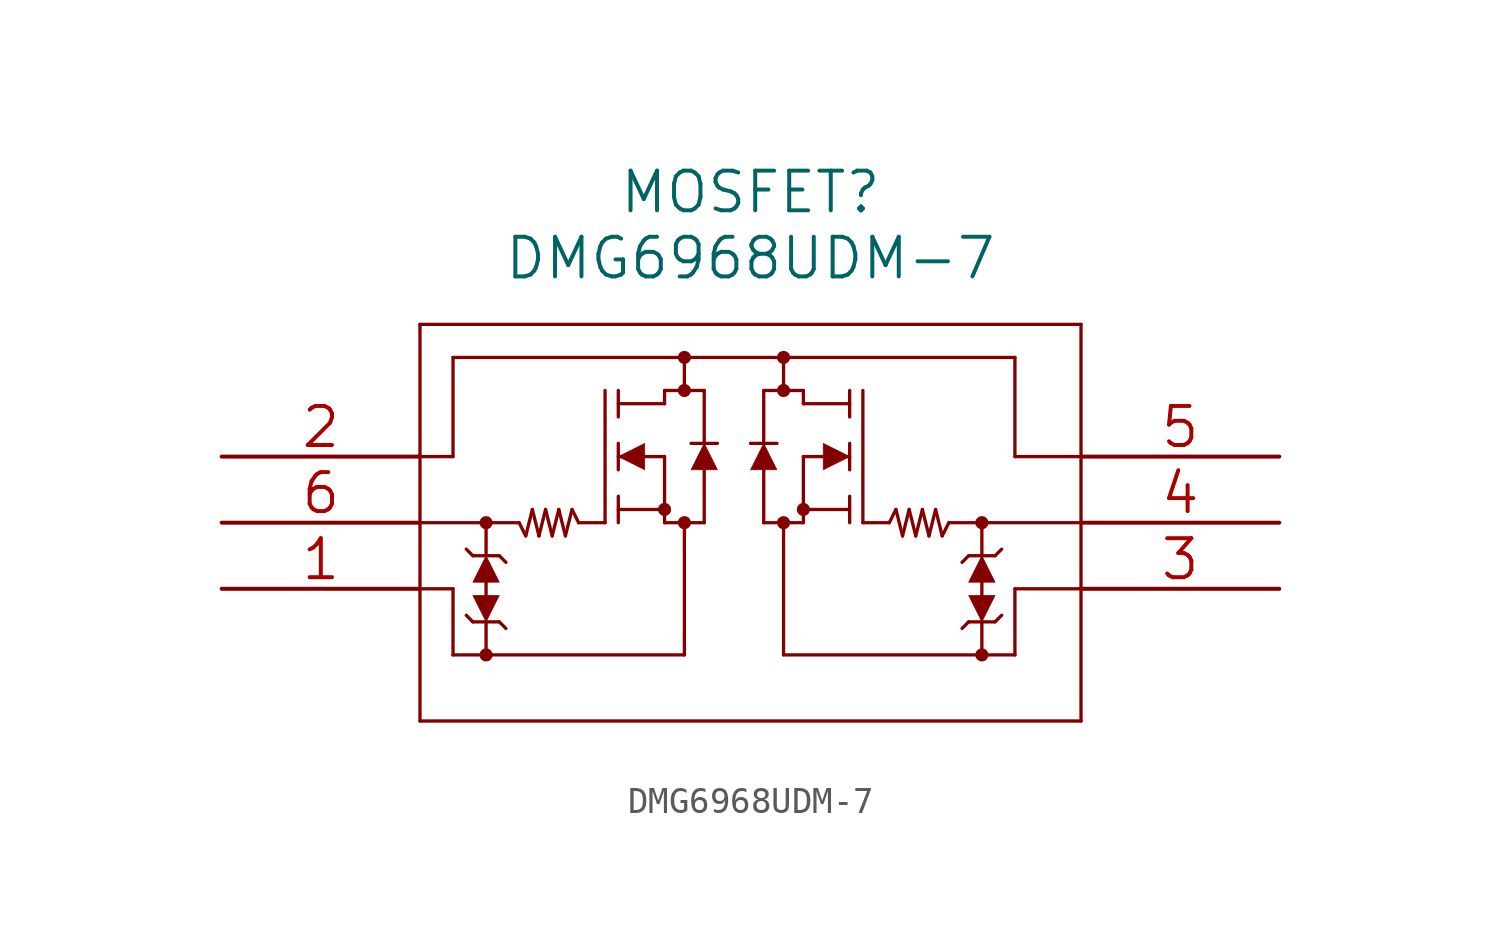
<source format=kicad_sym>
(kicad_symbol_lib
  (version 20211014)
  (generator kicad_symbol_editor)
  (symbol "DMG6968UDM-7"
    (pin_names
      (offset 0.254) hide)
    (property "Reference" "MOSFET"
      (at 20.32 10.16 0)
      (effects (font (size 1.524 1.524))))
    (property "Value" "DMG6968UDM-7"
      (at 20.32 7.62 0)
      (effects (font (size 1.524 1.524))))
    (property "Datasheet" ""
      (at 0 0 0)
      (effects (font (size 1.524 1.524))))
    (property "ki_locked" ""
      (at 0 0 0)
      (effects (font (size 1.27 1.27))))
    (symbol "DMG6968UDM-7_1_1"
      (polyline (pts (xy 7.62 -10.16) (xy 33.02 -10.16)) (stroke (width 0.127) (type default) (color 0 0 0 0)) (fill (type none)))
      (polyline (pts (xy 7.62 -5.08) (xy 8.89 -5.08)) (stroke (width 0.127) (type default) (color 0 0 0 0)) (fill (type none)))
      (polyline (pts (xy 7.62 -2.54) (xy 11.43 -2.54)) (stroke (width 0.127) (type default) (color 0 0 0 0)) (fill (type none)))
      (polyline (pts (xy 7.62 5.08) (xy 7.62 -10.16)) (stroke (width 0.127) (type default) (color 0 0 0 0)) (fill (type none)))
      (polyline (pts (xy 8.89 -7.62) (xy 17.78 -7.62)) (stroke (width 0.127) (type default) (color 0 0 0 0)) (fill (type none)))
      (polyline (pts (xy 8.89 -5.08) (xy 8.89 -7.62)) (stroke (width 0.127) (type default) (color 0 0 0 0)) (fill (type none)))
      (polyline (pts (xy 8.89 0) (xy 7.62 0)) (stroke (width 0.127) (type default) (color 0 0 0 0)) (fill (type none)))
      (polyline (pts (xy 8.89 3.81) (xy 8.89 0)) (stroke (width 0.127) (type default) (color 0 0 0 0)) (fill (type none)))
      (polyline (pts (xy 8.89 3.81) (xy 30.48 3.81)) (stroke (width 0.127) (type default) (color 0 0 0 0)) (fill (type none)))
      (polyline (pts (xy 9.652 -6.35) (xy 9.398 -6.096)) (stroke (width 0.127) (type default) (color 0 0 0 0)) (fill (type none)))
      (polyline (pts (xy 9.652 -6.35) (xy 10.668 -6.35)) (stroke (width 0.127) (type default) (color 0 0 0 0)) (fill (type none)))
      (polyline (pts (xy 9.652 -3.81) (xy 9.398 -3.556)) (stroke (width 0.127) (type default) (color 0 0 0 0)) (fill (type none)))
      (polyline (pts (xy 10.16 -6.35) (xy 10.16 -7.62)) (stroke (width 0.127) (type default) (color 0 0 0 0)) (fill (type none)))
      (polyline (pts (xy 10.16 -4.826) (xy 10.16 -5.334)) (stroke (width 0.127) (type default) (color 0 0 0 0)) (fill (type none)))
      (polyline (pts (xy 10.16 -3.81) (xy 10.16 -2.54)) (stroke (width 0.127) (type default) (color 0 0 0 0)) (fill (type none)))
      (polyline (pts (xy 10.668 -6.35) (xy 10.922 -6.604)) (stroke (width 0.127) (type default) (color 0 0 0 0)) (fill (type none)))
      (polyline (pts (xy 10.668 -3.81) (xy 9.652 -3.81)) (stroke (width 0.127) (type default) (color 0 0 0 0)) (fill (type none)))
      (polyline (pts (xy 10.668 -3.81) (xy 10.922 -4.064)) (stroke (width 0.127) (type default) (color 0 0 0 0)) (fill (type none)))
      (polyline (pts (xy 11.43 -2.54) (xy 11.684 -3.048)) (stroke (width 0.127) (type default) (color 0 0 0 0)) (fill (type none)))
      (polyline (pts (xy 11.684 -3.048) (xy 11.938 -2.032)) (stroke (width 0.127) (type default) (color 0 0 0 0)) (fill (type none)))
      (polyline (pts (xy 11.938 -2.032) (xy 12.192 -3.048)) (stroke (width 0.127) (type default) (color 0 0 0 0)) (fill (type none)))
      (polyline (pts (xy 12.192 -3.048) (xy 12.446 -2.032)) (stroke (width 0.127) (type default) (color 0 0 0 0)) (fill (type none)))
      (polyline (pts (xy 12.446 -2.032) (xy 12.7 -3.048)) (stroke (width 0.127) (type default) (color 0 0 0 0)) (fill (type none)))
      (polyline (pts (xy 12.7 -3.048) (xy 12.954 -2.032)) (stroke (width 0.127) (type default) (color 0 0 0 0)) (fill (type none)))
      (polyline (pts (xy 12.954 -2.032) (xy 13.208 -3.048)) (stroke (width 0.127) (type default) (color 0 0 0 0)) (fill (type none)))
      (polyline (pts (xy 13.208 -3.048) (xy 13.462 -2.032)) (stroke (width 0.127) (type default) (color 0 0 0 0)) (fill (type none)))
      (polyline (pts (xy 13.462 -2.032) (xy 13.716 -2.54)) (stroke (width 0.127) (type default) (color 0 0 0 0)) (fill (type none)))
      (polyline (pts (xy 13.716 -2.54) (xy 14.732 -2.54)) (stroke (width 0.127) (type default) (color 0 0 0 0)) (fill (type none)))
      (polyline (pts (xy 14.732 -2.54) (xy 14.732 2.54)) (stroke (width 0.127) (type default) (color 0 0 0 0)) (fill (type none)))
      (polyline (pts (xy 15.24 -2.54) (xy 15.24 -1.524)) (stroke (width 0.127) (type default) (color 0 0 0 0)) (fill (type none)))
      (polyline (pts (xy 15.24 -2.032) (xy 17.018 -2.032)) (stroke (width 0.127) (type default) (color 0 0 0 0)) (fill (type none)))
      (polyline (pts (xy 15.24 -0.508) (xy 15.24 0.508)) (stroke (width 0.127) (type default) (color 0 0 0 0)) (fill (type none)))
      (polyline (pts (xy 15.24 1.524) (xy 15.24 2.54)) (stroke (width 0.127) (type default) (color 0 0 0 0)) (fill (type none)))
      (polyline (pts (xy 15.24 2.032) (xy 17.018 2.032)) (stroke (width 0.127) (type default) (color 0 0 0 0)) (fill (type none)))
      (polyline (pts (xy 17.018 -2.54) (xy 17.018 0)) (stroke (width 0.127) (type default) (color 0 0 0 0)) (fill (type none)))
      (polyline (pts (xy 17.018 -2.54) (xy 18.542 -2.54)) (stroke (width 0.127) (type default) (color 0 0 0 0)) (fill (type none)))
      (polyline (pts (xy 17.018 0) (xy 15.24 0)) (stroke (width 0.127) (type default) (color 0 0 0 0)) (fill (type none)))
      (polyline (pts (xy 17.018 2.032) (xy 17.018 2.54)) (stroke (width 0.127) (type default) (color 0 0 0 0)) (fill (type none)))
      (polyline (pts (xy 17.018 2.54) (xy 18.542 2.54)) (stroke (width 0.127) (type default) (color 0 0 0 0)) (fill (type none)))
      (polyline (pts (xy 17.78 -7.62) (xy 17.78 -2.54)) (stroke (width 0.127) (type default) (color 0 0 0 0)) (fill (type none)))
      (polyline (pts (xy 17.78 3.81) (xy 17.78 2.54)) (stroke (width 0.127) (type default) (color 0 0 0 0)) (fill (type none)))
      (polyline (pts (xy 18.542 -2.54) (xy 18.542 -0.508)) (stroke (width 0.127) (type default) (color 0 0 0 0)) (fill (type none)))
      (polyline (pts (xy 18.542 0.508) (xy 18.542 2.54)) (stroke (width 0.127) (type default) (color 0 0 0 0)) (fill (type none)))
      (polyline (pts (xy 19.05 0.508) (xy 18.034 0.508)) (stroke (width 0.127) (type default) (color 0 0 0 0)) (fill (type none)))
      (polyline (pts (xy 20.32 0.508) (xy 21.336 0.508)) (stroke (width 0.127) (type default) (color 0 0 0 0)) (fill (type none)))
      (polyline (pts (xy 20.828 -2.54) (xy 20.828 -0.508)) (stroke (width 0.127) (type default) (color 0 0 0 0)) (fill (type none)))
      (polyline (pts (xy 20.828 0.508) (xy 20.828 2.54)) (stroke (width 0.127) (type default) (color 0 0 0 0)) (fill (type none)))
      (polyline (pts (xy 21.59 -7.62) (xy 21.59 -2.54)) (stroke (width 0.127) (type default) (color 0 0 0 0)) (fill (type none)))
      (polyline (pts (xy 21.59 3.81) (xy 21.59 2.54)) (stroke (width 0.127) (type default) (color 0 0 0 0)) (fill (type none)))
      (polyline (pts (xy 22.352 -2.54) (xy 20.828 -2.54)) (stroke (width 0.127) (type default) (color 0 0 0 0)) (fill (type none)))
      (polyline (pts (xy 22.352 -2.54) (xy 22.352 0)) (stroke (width 0.127) (type default) (color 0 0 0 0)) (fill (type none)))
      (polyline (pts (xy 22.352 0) (xy 24.13 0)) (stroke (width 0.127) (type default) (color 0 0 0 0)) (fill (type none)))
      (polyline (pts (xy 22.352 2.032) (xy 22.352 2.54)) (stroke (width 0.127) (type default) (color 0 0 0 0)) (fill (type none)))
      (polyline (pts (xy 22.352 2.54) (xy 20.828 2.54)) (stroke (width 0.127) (type default) (color 0 0 0 0)) (fill (type none)))
      (polyline (pts (xy 24.13 -2.54) (xy 24.13 -1.524)) (stroke (width 0.127) (type default) (color 0 0 0 0)) (fill (type none)))
      (polyline (pts (xy 24.13 -2.032) (xy 22.352 -2.032)) (stroke (width 0.127) (type default) (color 0 0 0 0)) (fill (type none)))
      (polyline (pts (xy 24.13 -0.508) (xy 24.13 0.508)) (stroke (width 0.127) (type default) (color 0 0 0 0)) (fill (type none)))
      (polyline (pts (xy 24.13 1.524) (xy 24.13 2.54)) (stroke (width 0.127) (type default) (color 0 0 0 0)) (fill (type none)))
      (polyline (pts (xy 24.13 2.032) (xy 22.352 2.032)) (stroke (width 0.127) (type default) (color 0 0 0 0)) (fill (type none)))
      (polyline (pts (xy 24.638 -2.54) (xy 24.638 2.54)) (stroke (width 0.127) (type default) (color 0 0 0 0)) (fill (type none)))
      (polyline (pts (xy 25.654 -2.54) (xy 24.638 -2.54)) (stroke (width 0.127) (type default) (color 0 0 0 0)) (fill (type none)))
      (polyline (pts (xy 25.908 -2.032) (xy 25.654 -2.54)) (stroke (width 0.127) (type default) (color 0 0 0 0)) (fill (type none)))
      (polyline (pts (xy 26.162 -3.048) (xy 25.908 -2.032)) (stroke (width 0.127) (type default) (color 0 0 0 0)) (fill (type none)))
      (polyline (pts (xy 26.416 -2.032) (xy 26.162 -3.048)) (stroke (width 0.127) (type default) (color 0 0 0 0)) (fill (type none)))
      (polyline (pts (xy 26.67 -3.048) (xy 26.416 -2.032)) (stroke (width 0.127) (type default) (color 0 0 0 0)) (fill (type none)))
      (polyline (pts (xy 26.924 -2.032) (xy 26.67 -3.048)) (stroke (width 0.127) (type default) (color 0 0 0 0)) (fill (type none)))
      (polyline (pts (xy 27.178 -3.048) (xy 26.924 -2.032)) (stroke (width 0.127) (type default) (color 0 0 0 0)) (fill (type none)))
      (polyline (pts (xy 27.432 -2.032) (xy 27.178 -3.048)) (stroke (width 0.127) (type default) (color 0 0 0 0)) (fill (type none)))
      (polyline (pts (xy 27.686 -3.048) (xy 27.432 -2.032)) (stroke (width 0.127) (type default) (color 0 0 0 0)) (fill (type none)))
      (polyline (pts (xy 27.94 -2.54) (xy 27.686 -3.048)) (stroke (width 0.127) (type default) (color 0 0 0 0)) (fill (type none)))
      (polyline (pts (xy 28.702 -6.35) (xy 28.448 -6.604)) (stroke (width 0.127) (type default) (color 0 0 0 0)) (fill (type none)))
      (polyline (pts (xy 28.702 -3.81) (xy 28.448 -4.064)) (stroke (width 0.127) (type default) (color 0 0 0 0)) (fill (type none)))
      (polyline (pts (xy 28.702 -3.81) (xy 29.718 -3.81)) (stroke (width 0.127) (type default) (color 0 0 0 0)) (fill (type none)))
      (polyline (pts (xy 29.21 -6.35) (xy 29.21 -7.62)) (stroke (width 0.127) (type default) (color 0 0 0 0)) (fill (type none)))
      (polyline (pts (xy 29.21 -4.826) (xy 29.21 -5.334)) (stroke (width 0.127) (type default) (color 0 0 0 0)) (fill (type none)))
      (polyline (pts (xy 29.21 -3.81) (xy 29.21 -2.54)) (stroke (width 0.127) (type default) (color 0 0 0 0)) (fill (type none)))
      (polyline (pts (xy 29.718 -6.35) (xy 28.702 -6.35)) (stroke (width 0.127) (type default) (color 0 0 0 0)) (fill (type none)))
      (polyline (pts (xy 29.718 -6.35) (xy 29.972 -6.096)) (stroke (width 0.127) (type default) (color 0 0 0 0)) (fill (type none)))
      (polyline (pts (xy 29.718 -3.81) (xy 29.972 -3.556)) (stroke (width 0.127) (type default) (color 0 0 0 0)) (fill (type none)))
      (polyline (pts (xy 30.48 -7.62) (xy 21.59 -7.62)) (stroke (width 0.127) (type default) (color 0 0 0 0)) (fill (type none)))
      (polyline (pts (xy 30.48 -5.08) (xy 30.48 -7.62)) (stroke (width 0.127) (type default) (color 0 0 0 0)) (fill (type none)))
      (polyline (pts (xy 30.48 0) (xy 33.02 0)) (stroke (width 0.127) (type default) (color 0 0 0 0)) (fill (type none)))
      (polyline (pts (xy 30.48 3.81) (xy 30.48 0)) (stroke (width 0.127) (type default) (color 0 0 0 0)) (fill (type none)))
      (polyline (pts (xy 33.02 -10.16) (xy 33.02 5.08)) (stroke (width 0.127) (type default) (color 0 0 0 0)) (fill (type none)))
      (polyline (pts (xy 33.02 -5.08) (xy 30.48 -5.08)) (stroke (width 0.127) (type default) (color 0 0 0 0)) (fill (type none)))
      (polyline (pts (xy 33.02 -2.54) (xy 27.94 -2.54)) (stroke (width 0.127) (type default) (color 0 0 0 0)) (fill (type none)))
      (polyline (pts (xy 33.02 5.08) (xy 7.62 5.08)) (stroke (width 0.127) (type default) (color 0 0 0 0)) (fill (type none)))
      (polyline (pts (xy 9.652 -5.334) (xy 10.668 -5.334) (xy 10.16 -6.35) (xy 9.652 -5.334)) (stroke (width 0.025) (type default) (color 0 0 0 0)) (fill (type outline)))
      (polyline (pts (xy 10.668 -4.826) (xy 9.652 -4.826) (xy 10.16 -3.81) (xy 10.668 -4.826)) (stroke (width 0.025) (type default) (color 0 0 0 0)) (fill (type outline)))
      (polyline (pts (xy 16.256 0.508) (xy 15.24 0) (xy 16.256 -0.508) (xy 16.256 0.508)) (stroke (width 0.025) (type default) (color 0 0 0 0)) (fill (type outline)))
      (polyline (pts (xy 19.05 -0.508) (xy 18.034 -0.508) (xy 18.542 0.508) (xy 19.05 -0.508)) (stroke (width 0.025) (type default) (color 0 0 0 0)) (fill (type outline)))
      (polyline (pts (xy 20.32 -0.508) (xy 21.336 -0.508) (xy 20.828 0.508) (xy 20.32 -0.508)) (stroke (width 0.025) (type default) (color 0 0 0 0)) (fill (type outline)))
      (polyline (pts (xy 23.114 0.508) (xy 24.13 0) (xy 23.114 -0.508) (xy 23.114 0.508)) (stroke (width 0.025) (type default) (color 0 0 0 0)) (fill (type outline)))
      (polyline (pts (xy 28.702 -4.826) (xy 29.718 -4.826) (xy 29.21 -3.81) (xy 28.702 -4.826)) (stroke (width 0.025) (type default) (color 0 0 0 0)) (fill (type outline)))
      (polyline (pts (xy 29.718 -5.334) (xy 28.702 -5.334) (xy 29.21 -6.35) (xy 29.718 -5.334)) (stroke (width 0.025) (type default) (color 0 0 0 0)) (fill (type outline)))
      (circle (center 10.16 -7.62) (radius 0.127) (stroke (width 0.254) (type default) (color 0 0 0 0)) (fill (type none)))
      (circle (center 10.16 -2.54) (radius 0.127) (stroke (width 0.254) (type default) (color 0 0 0 0)) (fill (type none)))
      (circle (center 17.018 -2.032) (radius 0.127) (stroke (width 0.254) (type default) (color 0 0 0 0)) (fill (type none)))
      (circle (center 17.78 -2.54) (radius 0.127) (stroke (width 0.254) (type default) (color 0 0 0 0)) (fill (type none)))
      (circle (center 17.78 2.54) (radius 0.127) (stroke (width 0.254) (type default) (color 0 0 0 0)) (fill (type none)))
      (circle (center 17.78 3.81) (radius 0.127) (stroke (width 0.254) (type default) (color 0 0 0 0)) (fill (type none)))
      (circle (center 21.59 -2.54) (radius 0.127) (stroke (width 0.254) (type default) (color 0 0 0 0)) (fill (type none)))
      (circle (center 21.59 2.54) (radius 0.127) (stroke (width 0.254) (type default) (color 0 0 0 0)) (fill (type none)))
      (circle (center 21.59 3.81) (radius 0.127) (stroke (width 0.254) (type default) (color 0 0 0 0)) (fill (type none)))
      (circle (center 22.352 -2.032) (radius 0.127) (stroke (width 0.254) (type default) (color 0 0 0 0)) (fill (type none)))
      (circle (center 29.21 -7.62) (radius 0.127) (stroke (width 0.254) (type default) (color 0 0 0 0)) (fill (type none)))
      (circle (center 29.21 -2.54) (radius 0.127) (stroke (width 0.254) (type default) (color 0 0 0 0)) (fill (type none)))
      (pin unspecified line (at 0 -5.08 0) (length 7.62) (name "S1" (effects (font (size 1.499 1.499)))) (number "1" (effects (font (size 1.499 1.499)))))
      (pin unspecified line (at 0 0 0) (length 7.62) (name "D1/D2" (effects (font (size 1.499 1.499)))) (number "2" (effects (font (size 1.499 1.499)))))
      (pin unspecified line (at 40.64 -5.08 180) (length 7.62) (name "S2" (effects (font (size 1.499 1.499)))) (number "3" (effects (font (size 1.499 1.499)))))
      (pin unspecified line (at 40.64 -2.54 180) (length 7.62) (name "G2" (effects (font (size 1.499 1.499)))) (number "4" (effects (font (size 1.499 1.499)))))
      (pin unspecified line (at 40.64 0 180) (length 7.62) (name "D1/D2" (effects (font (size 1.499 1.499)))) (number "5" (effects (font (size 1.499 1.499)))))
      (pin unspecified line (at 0 -2.54 0) (length 7.62) (name "G1" (effects (font (size 1.499 1.499)))) (number "6" (effects (font (size 1.499 1.499))))))))
</source>
